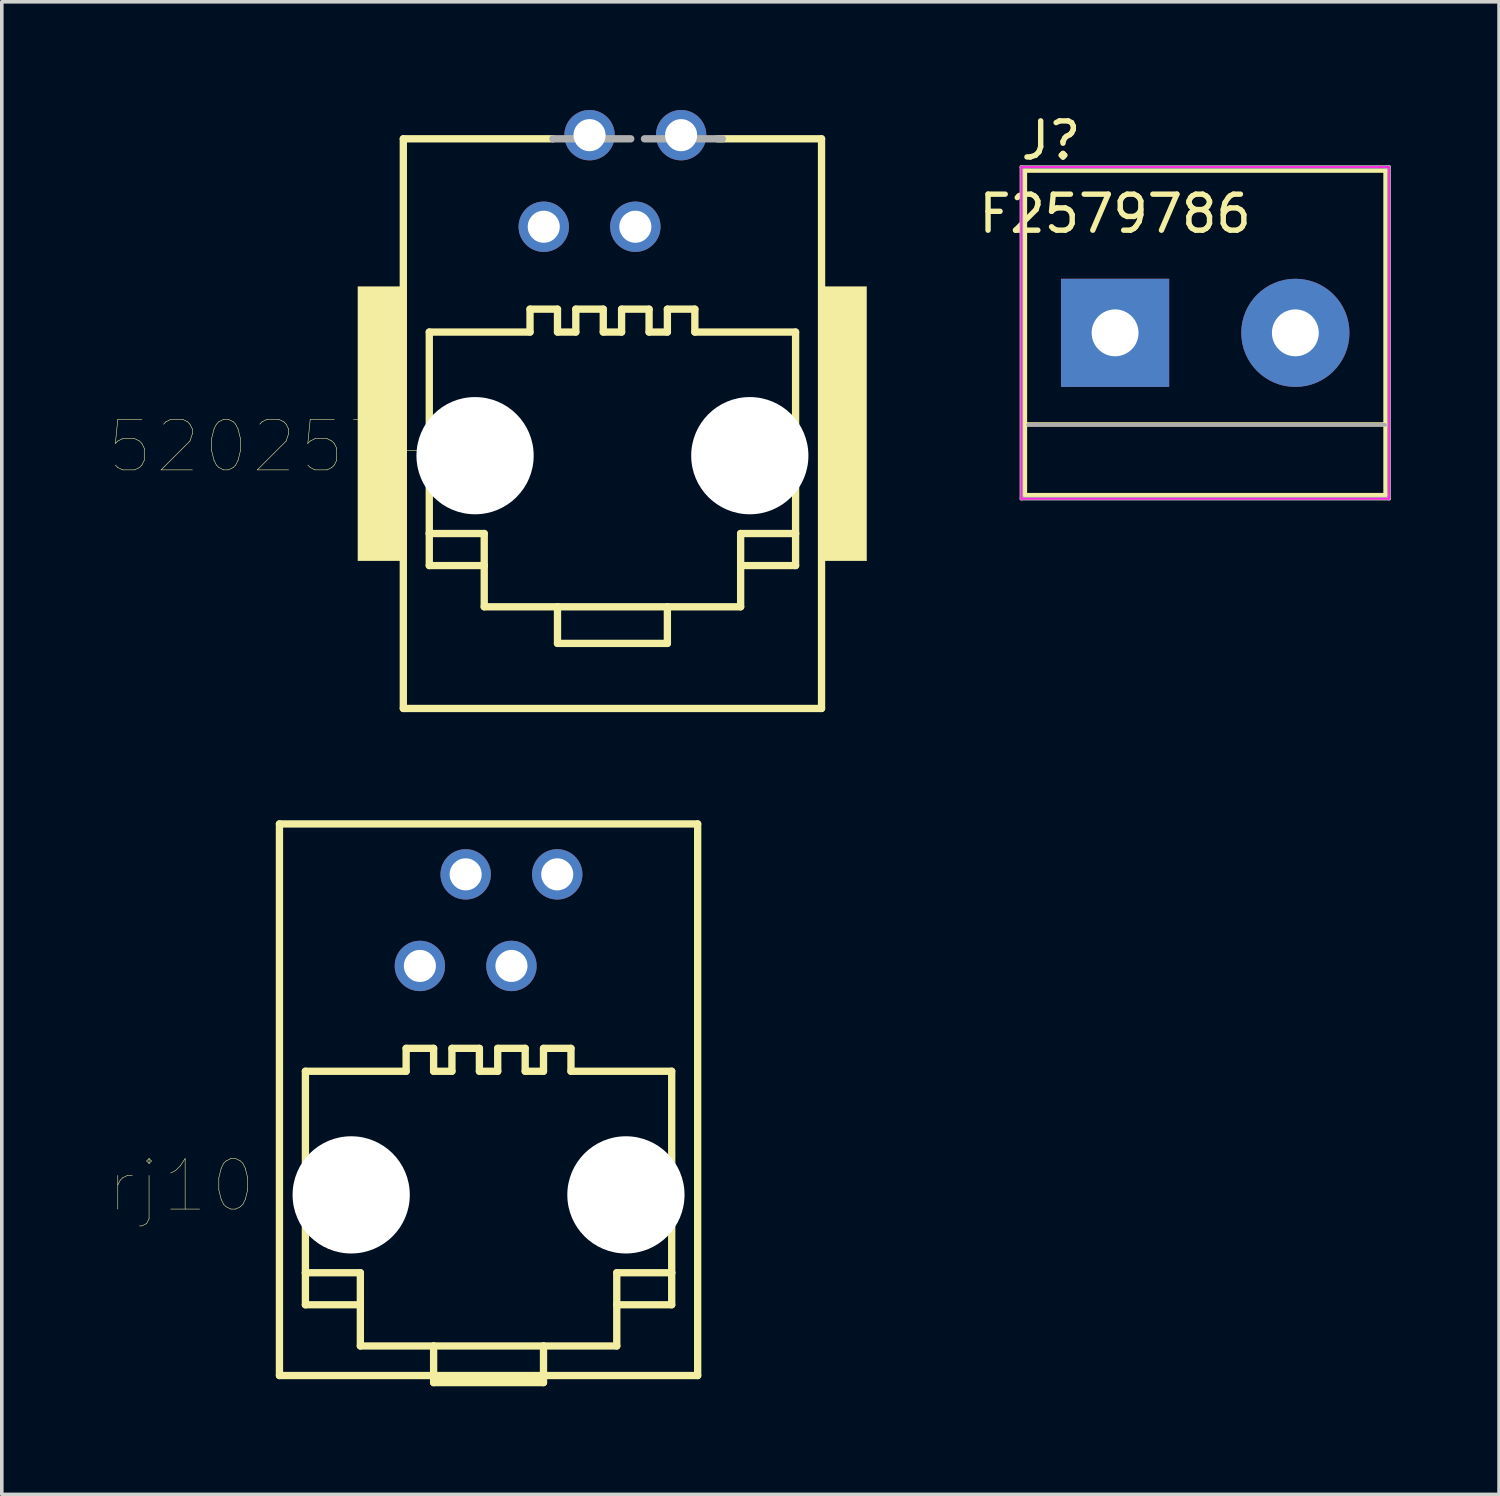
<source format=kicad_pcb>
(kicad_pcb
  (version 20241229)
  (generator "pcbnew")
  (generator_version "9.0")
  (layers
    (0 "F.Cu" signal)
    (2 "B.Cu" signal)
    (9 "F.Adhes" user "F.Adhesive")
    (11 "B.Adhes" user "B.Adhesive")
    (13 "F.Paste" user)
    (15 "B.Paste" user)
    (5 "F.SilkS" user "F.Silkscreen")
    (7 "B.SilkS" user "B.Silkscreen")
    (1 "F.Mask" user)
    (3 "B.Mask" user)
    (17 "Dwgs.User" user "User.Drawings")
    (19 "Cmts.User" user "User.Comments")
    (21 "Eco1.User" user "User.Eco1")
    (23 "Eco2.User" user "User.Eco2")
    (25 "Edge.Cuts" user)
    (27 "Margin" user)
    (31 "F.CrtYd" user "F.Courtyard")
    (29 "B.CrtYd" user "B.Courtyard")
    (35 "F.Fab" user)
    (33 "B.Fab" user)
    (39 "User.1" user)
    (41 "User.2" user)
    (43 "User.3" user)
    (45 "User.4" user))
  (footprint "520257-2"
    (layer "F.Cu")
    (at 13.937 8.7)
    (property "Reference" "520257-2" (at -8.516 0.636 180) (layer "F.SilkS") (effects (font (size 1.401 1.401) (thickness 0.015))))
    (attr through_hole)
    (fp_line (start -5.8 -7.9) (end -5.8 7.9) (stroke (width 0.203) (type solid)) (layer "F.SilkS"))
    (fp_line (start -5.8 7.9) (end 5.8 7.9) (stroke (width 0.203) (type solid)) (layer "F.SilkS"))
    (fp_line (start -5.08 -2.54) (end -5.08 3.048) (stroke (width 0.203) (type solid)) (layer "F.SilkS"))
    (fp_line (start -5.08 3.048) (end -5.08 3.937) (stroke (width 0.203) (type solid)) (layer "F.SilkS"))
    (fp_line (start -5.08 3.048) (end -3.556 3.048) (stroke (width 0.203) (type solid)) (layer "F.SilkS"))
    (fp_line (start -5.08 3.937) (end -3.556 3.937) (stroke (width 0.203) (type solid)) (layer "F.SilkS"))
    (fp_line (start -3.556 3.048) (end -3.556 3.937) (stroke (width 0.203) (type solid)) (layer "F.SilkS"))
    (fp_line (start -3.556 3.937) (end -3.556 5.08) (stroke (width 0.203) (type solid)) (layer "F.SilkS"))
    (fp_line (start -3.556 5.08) (end -1.524 5.08) (stroke (width 0.203) (type solid)) (layer "F.SilkS"))
    (fp_line (start -2.286 -3.175) (end -2.286 -2.54) (stroke (width 0.203) (type solid)) (layer "F.SilkS"))
    (fp_line (start -2.286 -3.175) (end -1.524 -3.175) (stroke (width 0.203) (type solid)) (layer "F.SilkS"))
    (fp_line (start -2.286 -2.54) (end -5.08 -2.54) (stroke (width 0.203) (type solid)) (layer "F.SilkS"))
    (fp_line (start -1.651 -7.9) (end -5.8 -7.9) (stroke (width 0.203) (type solid)) (layer "F.SilkS"))
    (fp_line (start -1.524 -3.175) (end -1.524 -2.54) (stroke (width 0.203) (type solid)) (layer "F.SilkS"))
    (fp_line (start -1.524 5.08) (end -1.524 6.096) (stroke (width 0.203) (type solid)) (layer "F.SilkS"))
    (fp_line (start -1.524 5.08) (end 1.524 5.08) (stroke (width 0.203) (type solid)) (layer "F.SilkS"))
    (fp_line (start -1.524 6.096) (end 1.524 6.096) (stroke (width 0.203) (type solid)) (layer "F.SilkS"))
    (fp_line (start -1.016 -3.175) (end -1.016 -2.54) (stroke (width 0.203) (type solid)) (layer "F.SilkS"))
    (fp_line (start -1.016 -3.175) (end -0.254 -3.175) (stroke (width 0.203) (type solid)) (layer "F.SilkS"))
    (fp_line (start -1.016 -2.54) (end -1.524 -2.54) (stroke (width 0.203) (type solid)) (layer "F.SilkS"))
    (fp_line (start -0.254 -3.175) (end -0.254 -2.54) (stroke (width 0.203) (type solid)) (layer "F.SilkS"))
    (fp_line (start 0.254 -3.175) (end 0.254 -2.54) (stroke (width 0.203) (type solid)) (layer "F.SilkS"))
    (fp_line (start 0.254 -3.175) (end 1.016 -3.175) (stroke (width 0.203) (type solid)) (layer "F.SilkS"))
    (fp_line (start 0.254 -2.54) (end -0.254 -2.54) (stroke (width 0.203) (type solid)) (layer "F.SilkS"))
    (fp_line (start 1.016 -3.175) (end 1.016 -2.54) (stroke (width 0.203) (type solid)) (layer "F.SilkS"))
    (fp_line (start 1.524 -3.175) (end 1.524 -2.54) (stroke (width 0.203) (type solid)) (layer "F.SilkS"))
    (fp_line (start 1.524 -3.175) (end 2.286 -3.175) (stroke (width 0.203) (type solid)) (layer "F.SilkS"))
    (fp_line (start 1.524 -2.54) (end 1.016 -2.54) (stroke (width 0.203) (type solid)) (layer "F.SilkS"))
    (fp_line (start 1.524 5.08) (end 3.556 5.08) (stroke (width 0.203) (type solid)) (layer "F.SilkS"))
    (fp_line (start 1.524 6.096) (end 1.524 5.08) (stroke (width 0.203) (type solid)) (layer "F.SilkS"))
    (fp_line (start 2.286 -3.175) (end 2.286 -2.54) (stroke (width 0.203) (type solid)) (layer "F.SilkS"))
    (fp_line (start 3.556 3.048) (end 3.556 3.937) (stroke (width 0.203) (type solid)) (layer "F.SilkS"))
    (fp_line (start 3.556 3.937) (end 3.556 5.08) (stroke (width 0.203) (type solid)) (layer "F.SilkS"))
    (fp_line (start 5.08 -2.54) (end 2.286 -2.54) (stroke (width 0.203) (type solid)) (layer "F.SilkS"))
    (fp_line (start 5.08 3.048) (end 3.556 3.048) (stroke (width 0.203) (type solid)) (layer "F.SilkS"))
    (fp_line (start 5.08 3.048) (end 5.08 -2.54) (stroke (width 0.203) (type solid)) (layer "F.SilkS"))
    (fp_line (start 5.08 3.937) (end 3.556 3.937) (stroke (width 0.203) (type solid)) (layer "F.SilkS"))
    (fp_line (start 5.08 3.937) (end 5.08 3.048) (stroke (width 0.203) (type solid)) (layer "F.SilkS"))
    (fp_line (start 5.8 -7.9) (end 2.921 -7.9) (stroke (width 0.203) (type solid)) (layer "F.SilkS"))
    (fp_line (start 5.8 7.9) (end 5.8 -7.9) (stroke (width 0.203) (type solid)) (layer "F.SilkS"))
    (fp_poly (pts (xy -7.059 -3.8) (xy -5.75 -3.8) (xy -5.75 3.805) (xy -7.059 3.805)) (stroke (width 0.01) (type solid)) (fill yes) (layer "F.SilkS"))
    (fp_poly (pts (xy 5.757 -3.8) (xy 7.05 -3.8) (xy 7.05 3.805) (xy 5.757 3.805)) (stroke (width 0.01) (type solid)) (fill yes) (layer "F.SilkS"))
    (fp_line (start 0.508 -7.9) (end -1.651 -7.9) (stroke (width 0.203) (type solid)) (layer "F.Fab"))
    (fp_line (start 3.048 -7.9) (end 0.889 -7.9) (stroke (width 0.203) (type solid)) (layer "F.Fab"))
    (pad "" np_thru_hole circle (at -3.81 0.889) (size 3.251 3.251) (drill 3.251) (layers "*.Cu" "*.Mask"))
    (pad "" np_thru_hole circle (at 3.81 0.889) (size 3.251 3.251) (drill 3.251) (layers "*.Cu" "*.Mask"))
    (pad "1" thru_hole circle (at -1.905 -5.461) (size 1.397 1.397) (drill 0.889) (layers "*.Cu" "*.Mask"))
    (pad "2" thru_hole circle (at -0.635 -8.001) (size 1.397 1.397) (drill 0.889) (layers "*.Cu" "*.Mask"))
    (pad "3" thru_hole circle (at 0.635 -5.461) (size 1.397 1.397) (drill 0.889) (layers "*.Cu" "*.Mask"))
    (pad "4" thru_hole circle (at 1.905 -8.001) (size 1.397 1.397) (drill 0.889) (layers "*.Cu" "*.Mask")))
  (footprint "rj10"
    (layer "F.Cu")
    (at 10.501 29.203)
    (property "Reference" "rj10" (at -8.516 0.636 180) (layer "F.SilkS") (effects (font (size 1.401 1.401) (thickness 0.015))))
    (attr through_hole)
    (fp_line (start -5.8 -9.4) (end -5.8 5.9) (stroke (width 0.203) (type solid)) (layer "F.SilkS"))
    (fp_line (start -5.8 5.9) (end 5.8 5.9) (stroke (width 0.203) (type solid)) (layer "F.SilkS"))
    (fp_line (start -5.08 -2.54) (end -5.08 3.048) (stroke (width 0.203) (type solid)) (layer "F.SilkS"))
    (fp_line (start -5.08 3.048) (end -5.08 3.937) (stroke (width 0.203) (type solid)) (layer "F.SilkS"))
    (fp_line (start -5.08 3.048) (end -3.556 3.048) (stroke (width 0.203) (type solid)) (layer "F.SilkS"))
    (fp_line (start -5.08 3.937) (end -3.556 3.937) (stroke (width 0.203) (type solid)) (layer "F.SilkS"))
    (fp_line (start -3.556 3.048) (end -3.556 3.937) (stroke (width 0.203) (type solid)) (layer "F.SilkS"))
    (fp_line (start -3.556 3.937) (end -3.556 5.08) (stroke (width 0.203) (type solid)) (layer "F.SilkS"))
    (fp_line (start -3.556 5.08) (end -1.524 5.08) (stroke (width 0.203) (type solid)) (layer "F.SilkS"))
    (fp_line (start -2.286 -3.175) (end -2.286 -2.54) (stroke (width 0.203) (type solid)) (layer "F.SilkS"))
    (fp_line (start -2.286 -3.175) (end -1.524 -3.175) (stroke (width 0.203) (type solid)) (layer "F.SilkS"))
    (fp_line (start -2.286 -2.54) (end -5.08 -2.54) (stroke (width 0.203) (type solid)) (layer "F.SilkS"))
    (fp_line (start -1.524 -3.175) (end -1.524 -2.54) (stroke (width 0.203) (type solid)) (layer "F.SilkS"))
    (fp_line (start -1.524 5.08) (end -1.524 6.096) (stroke (width 0.203) (type solid)) (layer "F.SilkS"))
    (fp_line (start -1.524 5.08) (end 1.524 5.08) (stroke (width 0.203) (type solid)) (layer "F.SilkS"))
    (fp_line (start -1.524 6.096) (end 1.524 6.096) (stroke (width 0.203) (type solid)) (layer "F.SilkS"))
    (fp_line (start -1.016 -3.175) (end -1.016 -2.54) (stroke (width 0.203) (type solid)) (layer "F.SilkS"))
    (fp_line (start -1.016 -3.175) (end -0.254 -3.175) (stroke (width 0.203) (type solid)) (layer "F.SilkS"))
    (fp_line (start -1.016 -2.54) (end -1.524 -2.54) (stroke (width 0.203) (type solid)) (layer "F.SilkS"))
    (fp_line (start -0.254 -3.175) (end -0.254 -2.54) (stroke (width 0.203) (type solid)) (layer "F.SilkS"))
    (fp_line (start 0.254 -3.175) (end 0.254 -2.54) (stroke (width 0.203) (type solid)) (layer "F.SilkS"))
    (fp_line (start 0.254 -3.175) (end 1.016 -3.175) (stroke (width 0.203) (type solid)) (layer "F.SilkS"))
    (fp_line (start 0.254 -2.54) (end -0.254 -2.54) (stroke (width 0.203) (type solid)) (layer "F.SilkS"))
    (fp_line (start 1.016 -3.175) (end 1.016 -2.54) (stroke (width 0.203) (type solid)) (layer "F.SilkS"))
    (fp_line (start 1.524 -3.175) (end 1.524 -2.54) (stroke (width 0.203) (type solid)) (layer "F.SilkS"))
    (fp_line (start 1.524 -3.175) (end 2.286 -3.175) (stroke (width 0.203) (type solid)) (layer "F.SilkS"))
    (fp_line (start 1.524 -2.54) (end 1.016 -2.54) (stroke (width 0.203) (type solid)) (layer "F.SilkS"))
    (fp_line (start 1.524 5.08) (end 3.556 5.08) (stroke (width 0.203) (type solid)) (layer "F.SilkS"))
    (fp_line (start 1.524 6.096) (end 1.524 5.08) (stroke (width 0.203) (type solid)) (layer "F.SilkS"))
    (fp_line (start 2.286 -3.175) (end 2.286 -2.54) (stroke (width 0.203) (type solid)) (layer "F.SilkS"))
    (fp_line (start 3.556 3.048) (end 3.556 3.937) (stroke (width 0.203) (type solid)) (layer "F.SilkS"))
    (fp_line (start 3.556 3.937) (end 3.556 5.08) (stroke (width 0.203) (type solid)) (layer "F.SilkS"))
    (fp_line (start 5.08 -2.54) (end 2.286 -2.54) (stroke (width 0.203) (type solid)) (layer "F.SilkS"))
    (fp_line (start 5.08 3.048) (end 3.556 3.048) (stroke (width 0.203) (type solid)) (layer "F.SilkS"))
    (fp_line (start 5.08 3.048) (end 5.08 -2.54) (stroke (width 0.203) (type solid)) (layer "F.SilkS"))
    (fp_line (start 5.08 3.937) (end 3.556 3.937) (stroke (width 0.203) (type solid)) (layer "F.SilkS"))
    (fp_line (start 5.08 3.937) (end 5.08 3.048) (stroke (width 0.203) (type solid)) (layer "F.SilkS"))
    (fp_line (start 5.8 -9.4) (end -5.8 -9.4) (stroke (width 0.203) (type solid)) (layer "F.SilkS"))
    (fp_line (start 5.8 5.9) (end 5.8 -9.4) (stroke (width 0.203) (type solid)) (layer "F.SilkS"))
    (pad "" np_thru_hole circle (at -3.81 0.889) (size 3.251 3.251) (drill 3.251) (layers "*.Cu" "*.Mask"))
    (pad "" np_thru_hole circle (at 3.81 0.889) (size 3.251 3.251) (drill 3.251) (layers "*.Cu" "*.Mask"))
    (pad "1" thru_hole circle (at -1.905 -5.461) (size 1.397 1.397) (drill 0.889) (layers "*.Cu" "*.Mask"))
    (pad "2" thru_hole circle (at -0.635 -8.001) (size 1.397 1.397) (drill 0.889) (layers "*.Cu" "*.Mask"))
    (pad "3" thru_hole circle (at 0.635 -5.461) (size 1.397 1.397) (drill 0.889) (layers "*.Cu" "*.Mask"))
    (pad "4" thru_hole circle (at 1.905 -8.001) (size 1.397 1.397) (drill 0.889) (layers "*.Cu" "*.Mask")))
  (footprint "F2579786"
    (layer "F.Cu")
    (at 27.879 6.182)
    (property "Reference" "F2579786" (at 0 -3.302 0) (layer "F.SilkS") (effects (font (size 1 1) (thickness 0.15))))
    (attr through_hole)
    (fp_line (start -2.5 -4.5) (end -2.5 4.5) (stroke (width 0.12) (type solid)) (layer "F.SilkS"))
    (fp_line (start -2.5 4.5) (end 7.5 4.5) (stroke (width 0.12) (type solid)) (layer "F.SilkS"))
    (fp_line (start 7.5 -4.5) (end -2.5 -4.5) (stroke (width 0.12) (type solid)) (layer "F.SilkS"))
    (fp_line (start 7.5 2.54) (end -2.5 2.54) (stroke (width 0.12) (type solid)) (layer "F.SilkS"))
    (fp_line (start 7.5 4.5) (end 7.5 -4.5) (stroke (width 0.12) (type solid)) (layer "F.SilkS"))
    (fp_line (start -2.6 -4.6) (end -2.6 4.6) (stroke (width 0.05) (type solid)) (layer "F.CrtYd"))
    (fp_line (start -2.6 -4.6) (end 7.6 -4.6) (stroke (width 0.05) (type solid)) (layer "F.CrtYd"))
    (fp_line (start 7.6 4.6) (end -2.6 4.6) (stroke (width 0.05) (type solid)) (layer "F.CrtYd"))
    (fp_line (start 7.6 4.6) (end 7.6 -4.6) (stroke (width 0.05) (type solid)) (layer "F.CrtYd"))
    (fp_line (start -2.6 -4.6) (end -2.6 4.6) (stroke (width 0.1) (type solid)) (layer "F.Fab"))
    (fp_line (start -2.6 4.6) (end 7.6 4.6) (stroke (width 0.1) (type solid)) (layer "F.Fab"))
    (fp_line (start -2.41 2.55) (end 7.49 2.55) (stroke (width 0.1) (type solid)) (layer "F.Fab"))
    (fp_line (start 7.6 -4.6) (end -2.6 -4.6) (stroke (width 0.1) (type solid)) (layer "F.Fab"))
    (fp_line (start 7.6 4.6) (end 7.6 -4.6) (stroke (width 0.1) (type solid)) (layer "F.Fab"))
    (fp_text user "J?" (at -1.778 -5.334 0) (layer "F.SilkS") (effects (font (size 1 1) (thickness 0.15))))
    (pad "1" thru_hole rect (at 0 0) (size 3 3) (drill 1.3) (layers "*.Cu" "*.Mask"))
    (pad "2" thru_hole circle (at 5 0) (size 3 3) (drill 1.3) (layers "*.Cu" "*.Mask")))
  (gr_rect
    (start -3 -3)
    (end 38.529 38.4)
    (stroke (width 0.1) (type default))
    (fill no)
    (layer "Edge.Cuts")))
</source>
